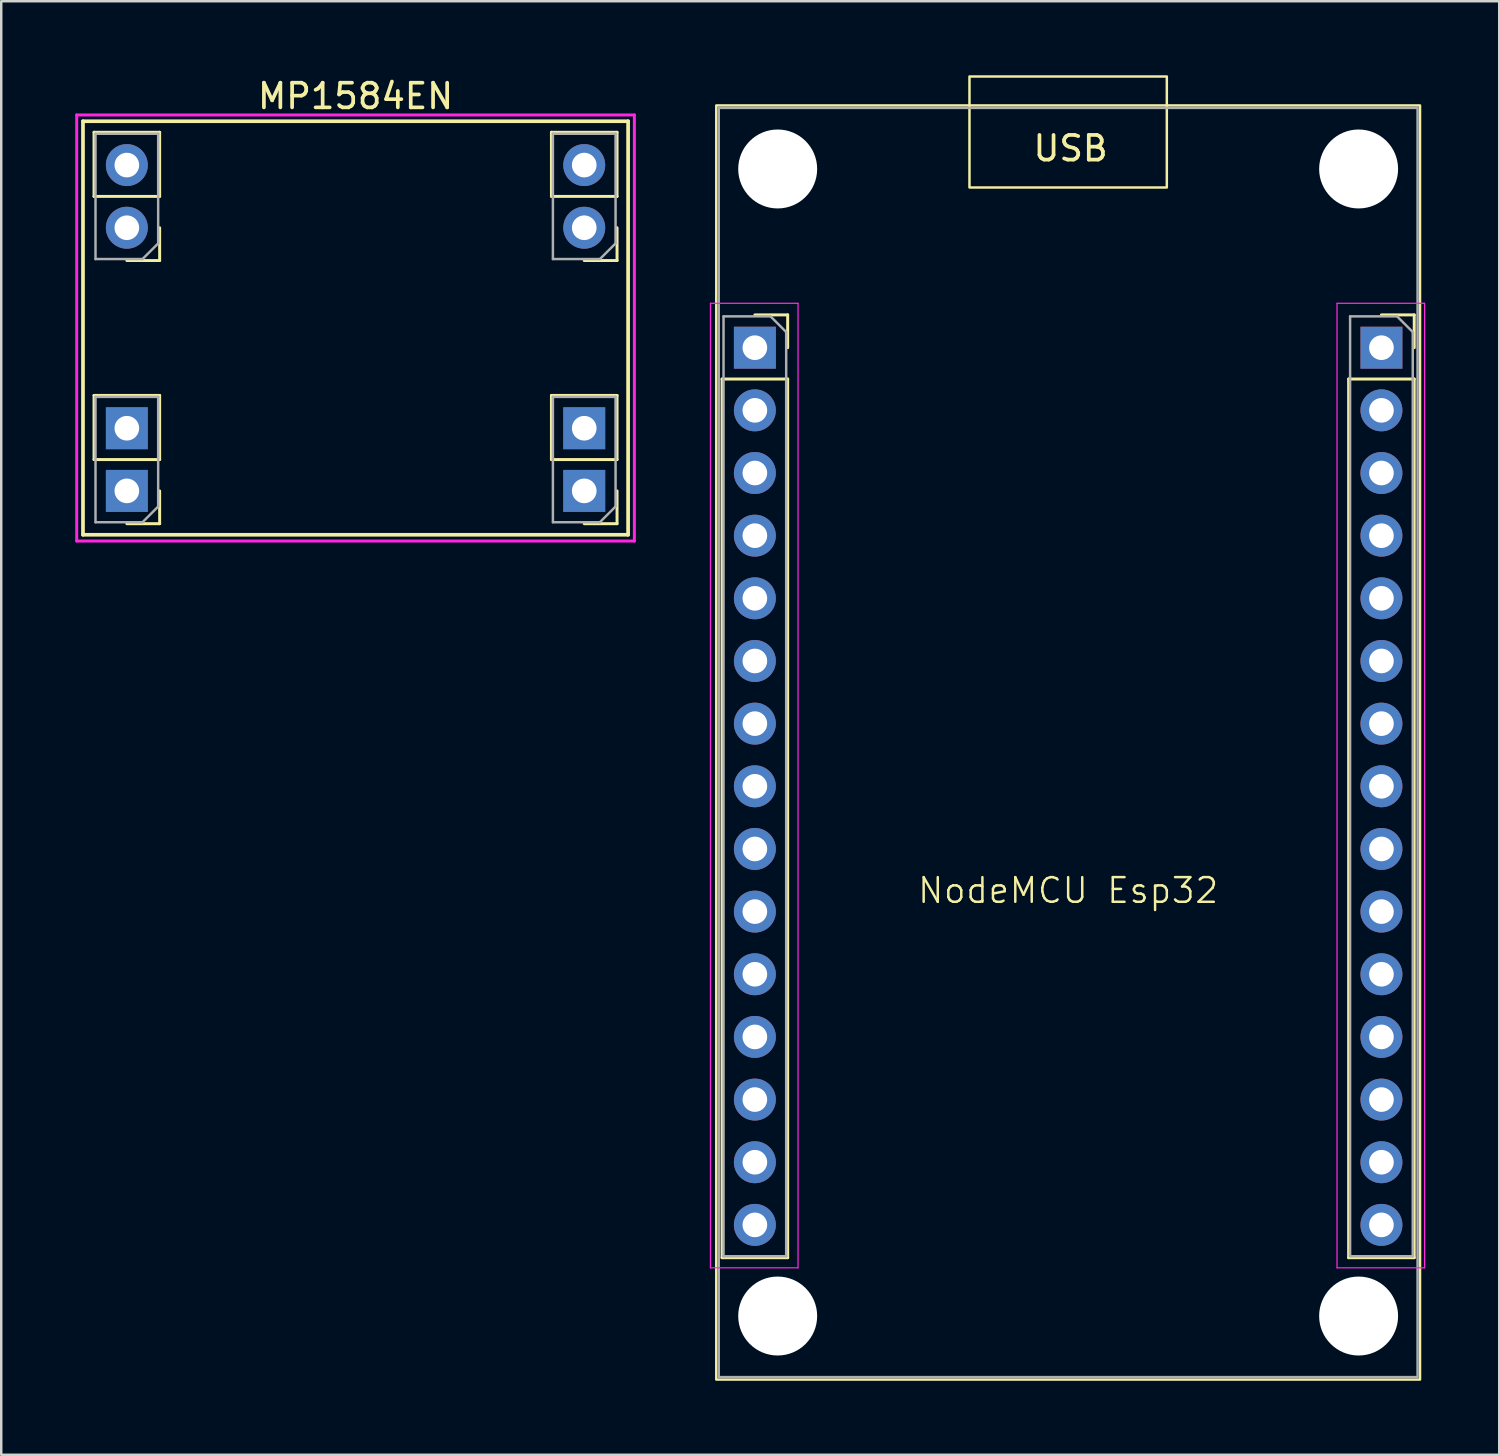
<source format=kicad_pcb>
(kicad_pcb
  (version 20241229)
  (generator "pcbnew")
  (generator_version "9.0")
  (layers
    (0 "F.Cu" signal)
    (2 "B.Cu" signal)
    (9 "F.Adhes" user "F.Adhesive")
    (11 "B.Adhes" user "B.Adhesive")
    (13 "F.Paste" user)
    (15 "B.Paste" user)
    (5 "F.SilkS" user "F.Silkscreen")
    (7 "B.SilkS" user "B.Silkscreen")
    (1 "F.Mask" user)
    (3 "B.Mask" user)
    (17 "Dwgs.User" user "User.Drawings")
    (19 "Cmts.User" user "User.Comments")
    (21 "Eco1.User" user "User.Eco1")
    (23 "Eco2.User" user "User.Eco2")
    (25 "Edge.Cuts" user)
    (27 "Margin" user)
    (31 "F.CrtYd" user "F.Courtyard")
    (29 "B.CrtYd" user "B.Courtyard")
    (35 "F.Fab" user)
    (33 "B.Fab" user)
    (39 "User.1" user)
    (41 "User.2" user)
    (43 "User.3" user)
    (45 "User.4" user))
  (footprint "MP1584EN"
    (layer "F.Cu")
    (at 11.363 10.246)
    (property "Reference" "MP1584EN" (at 0 -9.398 0) (layer "F.SilkS") (effects (font (size 1 1) (thickness 0.15))))
    (attr through_hole)
    (fp_line (start -11.049 -8.382) (end 11.049 -8.382) (stroke (width 0.15) (type solid)) (layer "F.SilkS"))
    (fp_line (start -11.049 8.382) (end -11.049 -8.382) (stroke (width 0.15) (type solid)) (layer "F.SilkS"))
    (fp_line (start -10.601 -5.334) (end -10.601 -7.934) (stroke (width 0.12) (type solid)) (layer "F.SilkS"))
    (fp_line (start -10.601 5.334) (end -10.601 2.734) (stroke (width 0.12) (type solid)) (layer "F.SilkS"))
    (fp_line (start -7.941 -7.934) (end -10.601 -7.934) (stroke (width 0.12) (type solid)) (layer "F.SilkS"))
    (fp_line (start -7.941 -5.334) (end -10.601 -5.334) (stroke (width 0.12) (type solid)) (layer "F.SilkS"))
    (fp_line (start -7.941 -5.334) (end -7.941 -7.934) (stroke (width 0.12) (type solid)) (layer "F.SilkS"))
    (fp_line (start -7.941 -4.064) (end -7.941 -2.734) (stroke (width 0.12) (type solid)) (layer "F.SilkS"))
    (fp_line (start -7.941 -2.734) (end -9.271 -2.734) (stroke (width 0.12) (type solid)) (layer "F.SilkS"))
    (fp_line (start -7.941 2.734) (end -10.601 2.734) (stroke (width 0.12) (type solid)) (layer "F.SilkS"))
    (fp_line (start -7.941 5.334) (end -10.601 5.334) (stroke (width 0.12) (type solid)) (layer "F.SilkS"))
    (fp_line (start -7.941 5.334) (end -7.941 2.734) (stroke (width 0.12) (type solid)) (layer "F.SilkS"))
    (fp_line (start -7.941 6.604) (end -7.941 7.934) (stroke (width 0.12) (type solid)) (layer "F.SilkS"))
    (fp_line (start -7.941 7.934) (end -9.271 7.934) (stroke (width 0.12) (type solid)) (layer "F.SilkS"))
    (fp_line (start 7.941 -5.334) (end 7.941 -7.934) (stroke (width 0.12) (type solid)) (layer "F.SilkS"))
    (fp_line (start 7.941 5.334) (end 7.941 2.734) (stroke (width 0.12) (type solid)) (layer "F.SilkS"))
    (fp_line (start 10.601 -7.934) (end 7.941 -7.934) (stroke (width 0.12) (type solid)) (layer "F.SilkS"))
    (fp_line (start 10.601 -5.334) (end 7.941 -5.334) (stroke (width 0.12) (type solid)) (layer "F.SilkS"))
    (fp_line (start 10.601 -5.334) (end 10.601 -7.934) (stroke (width 0.12) (type solid)) (layer "F.SilkS"))
    (fp_line (start 10.601 -4.064) (end 10.601 -2.734) (stroke (width 0.12) (type solid)) (layer "F.SilkS"))
    (fp_line (start 10.601 -2.734) (end 9.271 -2.734) (stroke (width 0.12) (type solid)) (layer "F.SilkS"))
    (fp_line (start 10.601 2.734) (end 7.941 2.734) (stroke (width 0.12) (type solid)) (layer "F.SilkS"))
    (fp_line (start 10.601 5.334) (end 7.941 5.334) (stroke (width 0.12) (type solid)) (layer "F.SilkS"))
    (fp_line (start 10.601 5.334) (end 10.601 2.734) (stroke (width 0.12) (type solid)) (layer "F.SilkS"))
    (fp_line (start 10.601 6.604) (end 10.601 7.934) (stroke (width 0.12) (type solid)) (layer "F.SilkS"))
    (fp_line (start 10.601 7.934) (end 9.271 7.934) (stroke (width 0.12) (type solid)) (layer "F.SilkS"))
    (fp_line (start 11.049 -8.382) (end 11.049 8.382) (stroke (width 0.15) (type solid)) (layer "F.SilkS"))
    (fp_line (start 11.049 8.382) (end -11.049 8.382) (stroke (width 0.15) (type solid)) (layer "F.SilkS"))
    (fp_line (start -11.303 -8.636) (end -11.303 8.636) (stroke (width 0.12) (type solid)) (layer "F.CrtYd"))
    (fp_line (start -11.303 8.636) (end 11.303 8.636) (stroke (width 0.12) (type solid)) (layer "F.CrtYd"))
    (fp_line (start 11.303 -8.636) (end -11.303 -8.636) (stroke (width 0.12) (type solid)) (layer "F.CrtYd"))
    (fp_line (start 11.303 8.636) (end 11.303 -8.636) (stroke (width 0.12) (type solid)) (layer "F.CrtYd"))
    (fp_line (start -10.541 -7.874) (end -8.001 -7.874) (stroke (width 0.1) (type solid)) (layer "F.Fab"))
    (fp_line (start -10.541 -2.794) (end -10.541 -7.874) (stroke (width 0.1) (type solid)) (layer "F.Fab"))
    (fp_line (start -10.541 2.794) (end -8.001 2.794) (stroke (width 0.1) (type solid)) (layer "F.Fab"))
    (fp_line (start -10.541 7.874) (end -10.541 2.794) (stroke (width 0.1) (type solid)) (layer "F.Fab"))
    (fp_line (start -8.636 -2.794) (end -10.541 -2.794) (stroke (width 0.1) (type solid)) (layer "F.Fab"))
    (fp_line (start -8.636 7.874) (end -10.541 7.874) (stroke (width 0.1) (type solid)) (layer "F.Fab"))
    (fp_line (start -8.001 -7.874) (end -8.001 -3.429) (stroke (width 0.1) (type solid)) (layer "F.Fab"))
    (fp_line (start -8.001 -3.429) (end -8.636 -2.794) (stroke (width 0.1) (type solid)) (layer "F.Fab"))
    (fp_line (start -8.001 2.794) (end -8.001 7.239) (stroke (width 0.1) (type solid)) (layer "F.Fab"))
    (fp_line (start -8.001 7.239) (end -8.636 7.874) (stroke (width 0.1) (type solid)) (layer "F.Fab"))
    (fp_line (start 8.001 -7.874) (end 10.541 -7.874) (stroke (width 0.1) (type solid)) (layer "F.Fab"))
    (fp_line (start 8.001 -2.794) (end 8.001 -7.874) (stroke (width 0.1) (type solid)) (layer "F.Fab"))
    (fp_line (start 8.001 2.794) (end 10.541 2.794) (stroke (width 0.1) (type solid)) (layer "F.Fab"))
    (fp_line (start 8.001 7.874) (end 8.001 2.794) (stroke (width 0.1) (type solid)) (layer "F.Fab"))
    (fp_line (start 9.906 -2.794) (end 8.001 -2.794) (stroke (width 0.1) (type solid)) (layer "F.Fab"))
    (fp_line (start 9.906 7.874) (end 8.001 7.874) (stroke (width 0.1) (type solid)) (layer "F.Fab"))
    (fp_line (start 10.541 -7.874) (end 10.541 -3.429) (stroke (width 0.1) (type solid)) (layer "F.Fab"))
    (fp_line (start 10.541 -3.429) (end 9.906 -2.794) (stroke (width 0.1) (type solid)) (layer "F.Fab"))
    (fp_line (start 10.541 2.794) (end 10.541 7.239) (stroke (width 0.1) (type solid)) (layer "F.Fab"))
    (fp_line (start 10.541 7.239) (end 9.906 7.874) (stroke (width 0.1) (type solid)) (layer "F.Fab"))
    (pad "1" thru_hole rect (at -9.271 4.064 180) (size 1.7 1.7) (drill 1) (layers "*.Cu" "*.Mask"))
    (pad "1" thru_hole rect (at -9.271 6.604 180) (size 1.7 1.7) (drill 1) (layers "*.Cu" "*.Mask"))
    (pad "2" thru_hole circle (at -9.271 -6.604 180) (size 1.7 1.7) (drill 1) (layers "*.Cu" "*.Mask"))
    (pad "2" thru_hole circle (at -9.271 -4.064 180) (size 1.7 1.7) (drill 1) (layers "*.Cu" "*.Mask"))
    (pad "3" thru_hole rect (at 9.271 4.064 180) (size 1.7 1.7) (drill 1) (layers "*.Cu" "*.Mask"))
    (pad "3" thru_hole rect (at 9.271 6.604 180) (size 1.7 1.7) (drill 1) (layers "*.Cu" "*.Mask"))
    (pad "4" thru_hole circle (at 9.271 -6.604 180) (size 1.7 1.7) (drill 1) (layers "*.Cu" "*.Mask"))
    (pad "4" thru_hole circle (at 9.271 -4.064 180) (size 1.7 1.7) (drill 1) (layers "*.Cu" "*.Mask")))
  (footprint "NodeMCU Esp32"
    (layer "F.Cu")
    (at 40.251 27.05)
    (property "Reference" "NodeMCU Esp32" (at 0 6 0) (unlocked yes) (layer "F.SilkS") (effects (font (size 1 1) (thickness 0.1))))
    (attr through_hole)
    (fp_line (start -14.03 -14.735) (end -14.03 20.885) (stroke (width 0.12) (type solid)) (layer "F.SilkS"))
    (fp_line (start -14.03 -14.735) (end -11.37 -14.735) (stroke (width 0.12) (type solid)) (layer "F.SilkS"))
    (fp_line (start -14.03 20.885) (end -11.37 20.885) (stroke (width 0.12) (type solid)) (layer "F.SilkS"))
    (fp_line (start -12.7 -17.335) (end -11.37 -17.335) (stroke (width 0.12) (type solid)) (layer "F.SilkS"))
    (fp_line (start -11.37 -17.335) (end -11.37 -16.005) (stroke (width 0.12) (type solid)) (layer "F.SilkS"))
    (fp_line (start -11.37 -14.735) (end -11.37 20.885) (stroke (width 0.12) (type solid)) (layer "F.SilkS"))
    (fp_line (start 11.37 -14.735) (end 11.37 20.885) (stroke (width 0.12) (type solid)) (layer "F.SilkS"))
    (fp_line (start 11.37 -14.735) (end 14.03 -14.735) (stroke (width 0.12) (type solid)) (layer "F.SilkS"))
    (fp_line (start 11.37 20.885) (end 14.03 20.885) (stroke (width 0.12) (type solid)) (layer "F.SilkS"))
    (fp_line (start 12.7 -17.335) (end 14.03 -17.335) (stroke (width 0.12) (type solid)) (layer "F.SilkS"))
    (fp_line (start 14.03 -17.335) (end 14.03 -16.005) (stroke (width 0.12) (type solid)) (layer "F.SilkS"))
    (fp_line (start 14.03 -14.735) (end 14.03 20.885) (stroke (width 0.12) (type solid)) (layer "F.SilkS"))
    (fp_rect (start -14.265 -25.825) (end 14.265 25.825) (stroke (width 0.1) (type default)) (fill no) (layer "F.SilkS"))
    (fp_rect (start -4 -27) (end 4 -22.5) (stroke (width 0.1) (type default)) (fill no) (layer "F.SilkS"))
    (fp_line (start -14.5 -17.805) (end -10.95 -17.805) (stroke (width 0.05) (type solid)) (layer "F.CrtYd"))
    (fp_line (start -14.5 21.295) (end -14.5 -17.805) (stroke (width 0.05) (type solid)) (layer "F.CrtYd"))
    (fp_line (start -10.95 -17.805) (end -10.95 21.295) (stroke (width 0.05) (type solid)) (layer "F.CrtYd"))
    (fp_line (start -10.95 21.295) (end -14.5 21.295) (stroke (width 0.05) (type solid)) (layer "F.CrtYd"))
    (fp_line (start 10.9 -17.805) (end 14.45 -17.805) (stroke (width 0.05) (type solid)) (layer "F.CrtYd"))
    (fp_line (start 10.9 21.295) (end 10.9 -17.805) (stroke (width 0.05) (type solid)) (layer "F.CrtYd"))
    (fp_line (start 14.45 -17.805) (end 14.45 21.295) (stroke (width 0.05) (type solid)) (layer "F.CrtYd"))
    (fp_line (start 14.45 21.295) (end 10.9 21.295) (stroke (width 0.05) (type solid)) (layer "F.CrtYd"))
    (fp_line (start -13.97 -17.275) (end -12.065 -17.275) (stroke (width 0.1) (type solid)) (layer "F.Fab"))
    (fp_line (start -13.97 20.825) (end -13.97 -17.275) (stroke (width 0.1) (type solid)) (layer "F.Fab"))
    (fp_line (start -12.065 -17.275) (end -11.43 -16.64) (stroke (width 0.1) (type solid)) (layer "F.Fab"))
    (fp_line (start -11.43 -16.64) (end -11.43 20.825) (stroke (width 0.1) (type solid)) (layer "F.Fab"))
    (fp_line (start -11.43 20.825) (end -13.97 20.825) (stroke (width 0.1) (type solid)) (layer "F.Fab"))
    (fp_line (start 11.43 -17.275) (end 13.335 -17.275) (stroke (width 0.1) (type solid)) (layer "F.Fab"))
    (fp_line (start 11.43 20.825) (end 11.43 -17.275) (stroke (width 0.1) (type solid)) (layer "F.Fab"))
    (fp_line (start 13.335 -17.275) (end 13.97 -16.64) (stroke (width 0.1) (type solid)) (layer "F.Fab"))
    (fp_line (start 13.97 -16.64) (end 13.97 20.825) (stroke (width 0.1) (type solid)) (layer "F.Fab"))
    (fp_line (start 13.97 20.825) (end 11.43 20.825) (stroke (width 0.1) (type solid)) (layer "F.Fab"))
    (fp_rect (start -14.165 -25.725) (end 14.165 25.725) (stroke (width 0.1) (type default)) (fill no) (layer "F.Fab"))
    (fp_text user "USB" (at -1.5 -23.5 0) (unlocked yes) (layer "F.SilkS") (effects (font (size 1 1) (thickness 0.15)) (justify left bottom)))
    (pad "" np_thru_hole circle (at -11.775 -23.25) (size 3.2 3.2) (drill 3.2) (layers "*.Cu" "*.Mask"))
    (pad "" np_thru_hole circle (at -11.775 23.25) (size 3.2 3.2) (drill 3.2) (layers "*.Cu" "*.Mask"))
    (pad "" np_thru_hole circle (at 11.775 -23.25) (size 3.2 3.2) (drill 3.2) (layers "*.Cu" "*.Mask"))
    (pad "" np_thru_hole circle (at 11.775 23.25) (size 3.2 3.2) (drill 3.2) (layers "*.Cu" "*.Mask"))
    (pad "1" thru_hole rect (at -12.7 -16.005) (size 1.7 1.7) (drill 1) (layers "*.Cu" "*.Mask"))
    (pad "2" thru_hole oval (at -12.7 -13.465) (size 1.7 1.7) (drill 1) (layers "*.Cu" "*.Mask"))
    (pad "3" thru_hole oval (at -12.7 -10.925) (size 1.7 1.7) (drill 1) (layers "*.Cu" "*.Mask"))
    (pad "4" thru_hole oval (at -12.7 -8.385) (size 1.7 1.7) (drill 1) (layers "*.Cu" "*.Mask"))
    (pad "5" thru_hole oval (at -12.7 -5.845) (size 1.7 1.7) (drill 1) (layers "*.Cu" "*.Mask"))
    (pad "6" thru_hole oval (at -12.7 -3.305) (size 1.7 1.7) (drill 1) (layers "*.Cu" "*.Mask"))
    (pad "7" thru_hole oval (at -12.7 -0.765) (size 1.7 1.7) (drill 1) (layers "*.Cu" "*.Mask"))
    (pad "8" thru_hole oval (at -12.7 1.775) (size 1.7 1.7) (drill 1) (layers "*.Cu" "*.Mask"))
    (pad "9" thru_hole oval (at -12.7 4.315) (size 1.7 1.7) (drill 1) (layers "*.Cu" "*.Mask"))
    (pad "10" thru_hole oval (at -12.7 6.855) (size 1.7 1.7) (drill 1) (layers "*.Cu" "*.Mask"))
    (pad "11" thru_hole oval (at -12.7 9.395) (size 1.7 1.7) (drill 1) (layers "*.Cu" "*.Mask"))
    (pad "12" thru_hole oval (at -12.7 11.935) (size 1.7 1.7) (drill 1) (layers "*.Cu" "*.Mask"))
    (pad "13" thru_hole oval (at -12.7 14.475) (size 1.7 1.7) (drill 1) (layers "*.Cu" "*.Mask"))
    (pad "14" thru_hole oval (at -12.7 17.015) (size 1.7 1.7) (drill 1) (layers "*.Cu" "*.Mask"))
    (pad "15" thru_hole oval (at -12.7 19.555) (size 1.7 1.7) (drill 1) (layers "*.Cu" "*.Mask"))
    (pad "16" thru_hole rect (at 12.7 -16.005) (size 1.7 1.7) (drill 1) (layers "*.Cu" "*.Mask"))
    (pad "17" thru_hole oval (at 12.7 -13.465) (size 1.7 1.7) (drill 1) (layers "*.Cu" "*.Mask"))
    (pad "18" thru_hole oval (at 12.7 -10.925) (size 1.7 1.7) (drill 1) (layers "*.Cu" "*.Mask"))
    (pad "19" thru_hole oval (at 12.7 -8.385) (size 1.7 1.7) (drill 1) (layers "*.Cu" "*.Mask"))
    (pad "20" thru_hole oval (at 12.7 -5.845) (size 1.7 1.7) (drill 1) (layers "*.Cu" "*.Mask"))
    (pad "21" thru_hole oval (at 12.7 -3.305) (size 1.7 1.7) (drill 1) (layers "*.Cu" "*.Mask"))
    (pad "22" thru_hole oval (at 12.7 -0.765) (size 1.7 1.7) (drill 1) (layers "*.Cu" "*.Mask"))
    (pad "23" thru_hole oval (at 12.7 1.775) (size 1.7 1.7) (drill 1) (layers "*.Cu" "*.Mask"))
    (pad "24" thru_hole oval (at 12.7 4.315) (size 1.7 1.7) (drill 1) (layers "*.Cu" "*.Mask"))
    (pad "25" thru_hole oval (at 12.7 6.855) (size 1.7 1.7) (drill 1) (layers "*.Cu" "*.Mask"))
    (pad "26" thru_hole oval (at 12.7 9.395) (size 1.7 1.7) (drill 1) (layers "*.Cu" "*.Mask"))
    (pad "27" thru_hole oval (at 12.7 11.935) (size 1.7 1.7) (drill 1) (layers "*.Cu" "*.Mask"))
    (pad "28" thru_hole oval (at 12.7 14.475) (size 1.7 1.7) (drill 1) (layers "*.Cu" "*.Mask"))
    (pad "29" thru_hole oval (at 12.7 17.015) (size 1.7 1.7) (drill 1) (layers "*.Cu" "*.Mask"))
    (pad "30" thru_hole oval (at 12.7 19.555) (size 1.7 1.7) (drill 1) (layers "*.Cu" "*.Mask")))
  (gr_rect
    (start -3 -3)
    (end 57.726 55.925)
    (stroke (width 0.1) (type default))
    (fill no)
    (layer "Edge.Cuts")))
</source>
